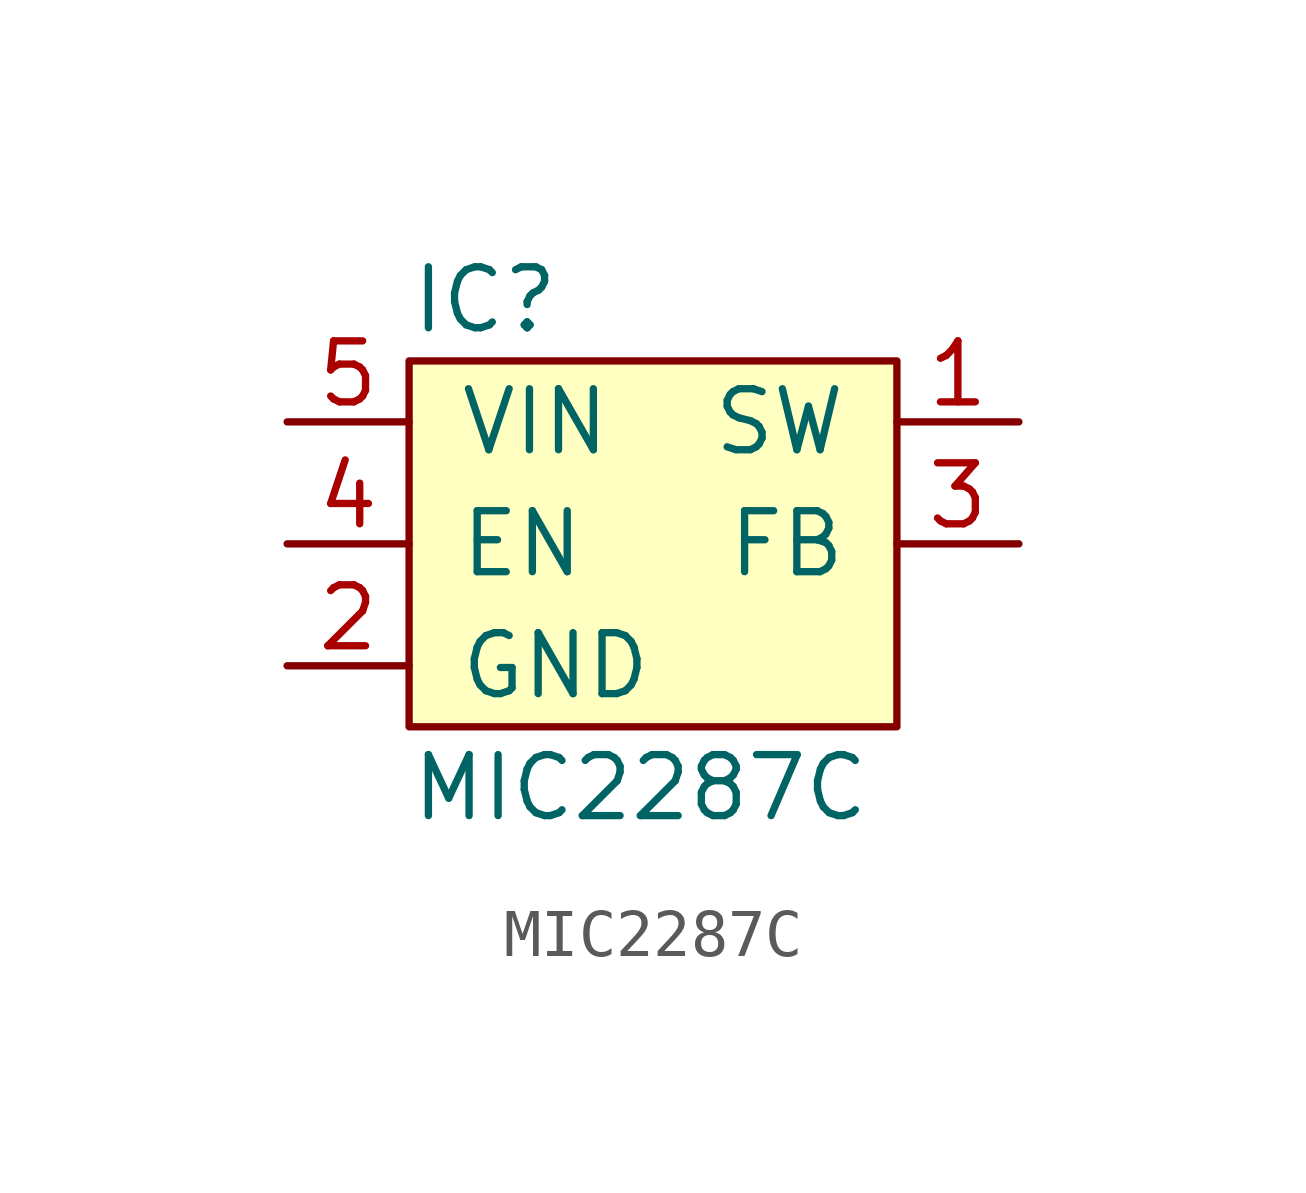
<source format=kicad_sym>
(kicad_symbol_lib
  (version 20211014)
  (generator agg_kicad.build_lib_ic)
  (symbol "MIC2287C"
    (pin_names
      (offset 1.016))
    (property Reference IC
      (at -5.08 5.08 0)
      (effects (font (size 1.27 1.27)) (justify left)))
    (property Value "MIC2287C"
      (at -5.08 -5.08 0)
      (effects (font (size 1.27 1.27)) (justify left)))
    (symbol "MIC2287C_0_0"
      (rectangle (start -5.08 3.81) (end 5.08 -3.81) (stroke (width 0) (type default) (color 0 0 0 0)) (fill (type background)))
      (pin power_in line (at -7.62 2.54 0) (length 2.54) (name VIN (effects (font (size 1.27 1.27)))) (number "5" (effects (font (size 1.27 1.27)))))
      (pin input line (at -7.62 0 0) (length 2.54) (name EN (effects (font (size 1.27 1.27)))) (number "4" (effects (font (size 1.27 1.27)))))
      (pin power_in line (at -7.62 -2.54 0) (length 2.54) (name GND (effects (font (size 1.27 1.27)))) (number "2" (effects (font (size 1.27 1.27)))))
      (pin passive line (at 7.62 2.54 180) (length 2.54) (name SW (effects (font (size 1.27 1.27)))) (number "1" (effects (font (size 1.27 1.27)))))
      (pin passive line (at 7.62 0 180) (length 2.54) (name FB (effects (font (size 1.27 1.27)))) (number "3" (effects (font (size 1.27 1.27))))))))
</source>
